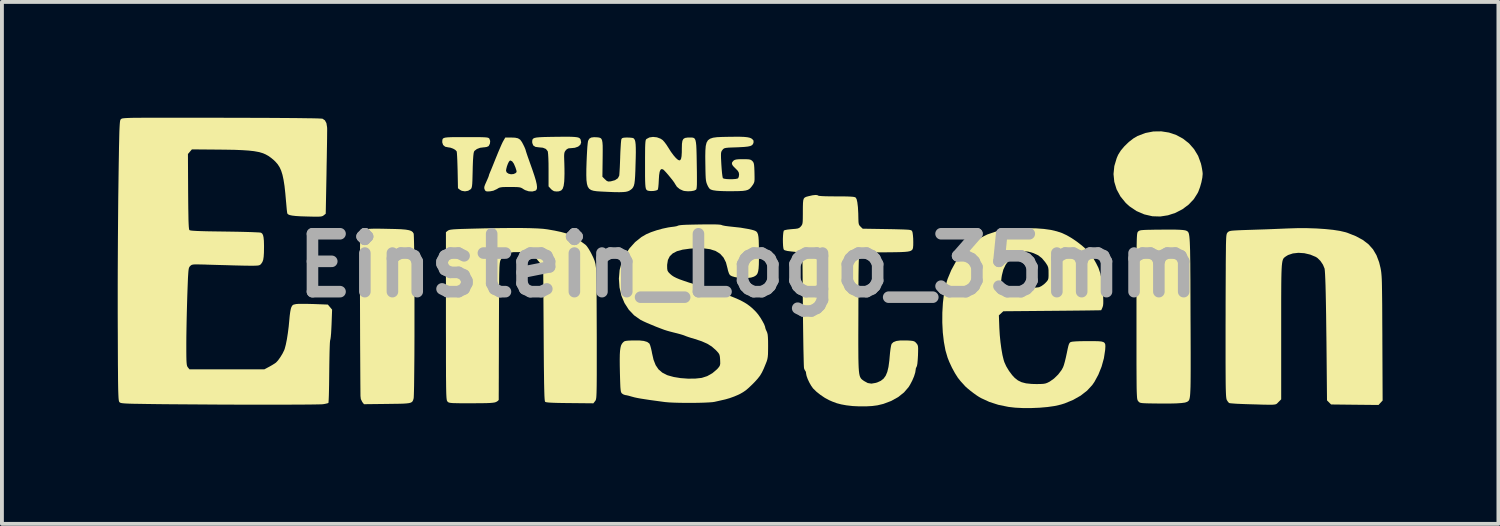
<source format=kicad_pcb>
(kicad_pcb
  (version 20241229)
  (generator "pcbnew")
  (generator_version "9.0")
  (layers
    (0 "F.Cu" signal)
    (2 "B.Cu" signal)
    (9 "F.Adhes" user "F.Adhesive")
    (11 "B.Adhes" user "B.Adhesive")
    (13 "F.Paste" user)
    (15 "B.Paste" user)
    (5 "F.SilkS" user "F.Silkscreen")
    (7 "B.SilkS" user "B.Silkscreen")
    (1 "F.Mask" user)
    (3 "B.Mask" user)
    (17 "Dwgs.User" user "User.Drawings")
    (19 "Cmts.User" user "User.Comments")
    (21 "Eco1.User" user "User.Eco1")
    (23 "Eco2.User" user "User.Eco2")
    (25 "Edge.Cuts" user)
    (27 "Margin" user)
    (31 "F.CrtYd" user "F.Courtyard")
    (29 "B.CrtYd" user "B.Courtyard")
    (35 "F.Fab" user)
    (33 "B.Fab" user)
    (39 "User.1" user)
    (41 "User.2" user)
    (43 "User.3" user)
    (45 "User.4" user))
  (footprint "Einstein_Logo_35mm"
    (layer "F.Cu")
    (at 16.331 3.828)
    (property "Reference" "Einstein_Logo_35mm" (at 0 0 0) (layer "F.Fab") (effects (font (size 1.5 1.5) (thickness 0.3))))
    (attr board_only exclude_from_pos_files exclude_from_bom)
    (fp_poly (pts (xy 10.905 -3.444) (xy 11.094 -3.38) (xy 11.268 -3.286) (xy 11.424 -3.163) (xy 11.555 -3.014) (xy 11.66 -2.84) (xy 11.732 -2.643) (xy 11.746 -2.584) (xy 11.762 -2.5) (xy 11.774 -2.423) (xy 11.778 -2.373) (xy 11.769 -2.275) (xy 11.745 -2.156) (xy 11.71 -2.032) (xy 11.668 -1.919) (xy 11.65 -1.88) (xy 11.548 -1.718) (xy 11.413 -1.576) (xy 11.252 -1.456) (xy 11.072 -1.363) (xy 10.879 -1.3) (xy 10.68 -1.269) (xy 10.481 -1.275) (xy 10.476 -1.275) (xy 10.264 -1.324) (xy 10.064 -1.41) (xy 9.884 -1.531) (xy 9.787 -1.618) (xy 9.648 -1.788) (xy 9.548 -1.972) (xy 9.488 -2.167) (xy 9.468 -2.369) (xy 9.489 -2.576) (xy 9.551 -2.783) (xy 9.588 -2.868) (xy 9.656 -2.977) (xy 9.752 -3.091) (xy 9.865 -3.2) (xy 9.985 -3.293) (xy 10.088 -3.354) (xy 10.293 -3.432) (xy 10.5 -3.472) (xy 10.706 -3.475)) (stroke (width 0) (type solid)) (fill yes) (layer "F.SilkS"))
    (fp_poly (pts (xy -4.574 -3.334) (xy -4.49 -3.329) (xy -4.43 -3.322) (xy -4.389 -3.311) (xy -4.363 -3.296) (xy -4.346 -3.276) (xy -4.339 -3.263) (xy -4.324 -3.189) (xy -4.346 -3.127) (xy -4.403 -3.079) (xy -4.489 -3.049) (xy -4.584 -3.04) (xy -4.651 -3.035) (xy -4.695 -3.013) (xy -4.725 -2.982) (xy -4.744 -2.956) (xy -4.756 -2.928) (xy -4.763 -2.891) (xy -4.766 -2.835) (xy -4.764 -2.754) (xy -4.76 -2.638) (xy -4.76 -2.637) (xy -4.757 -2.511) (xy -4.756 -2.381) (xy -4.759 -2.263) (xy -4.763 -2.174) (xy -4.778 -2.063) (xy -4.803 -1.988) (xy -4.842 -1.943) (xy -4.901 -1.921) (xy -4.962 -1.917) (xy -5.028 -1.925) (xy -5.081 -1.957) (xy -5.108 -1.983) (xy -5.169 -2.049) (xy -5.169 -2.48) (xy -5.17 -2.644) (xy -5.174 -2.778) (xy -5.18 -2.88) (xy -5.187 -2.944) (xy -5.192 -2.962) (xy -5.238 -3.019) (xy -5.316 -3.051) (xy -5.421 -3.061) (xy -5.51 -3.073) (xy -5.566 -3.11) (xy -5.591 -3.174) (xy -5.593 -3.203) (xy -5.591 -3.239) (xy -5.583 -3.268) (xy -5.564 -3.289) (xy -5.529 -3.305) (xy -5.474 -3.316) (xy -5.394 -3.323) (xy -5.284 -3.328) (xy -5.139 -3.331) (xy -5.014 -3.333) (xy -4.831 -3.335) (xy -4.686 -3.336)) (stroke (width 0) (type solid)) (fill yes) (layer "F.SilkS"))
    (fp_poly (pts (xy -7.308 -3.326) (xy -7.137 -3.326) (xy -7.003 -3.325) (xy -6.901 -3.324) (xy -6.828 -3.321) (xy -6.776 -3.317) (xy -6.743 -3.311) (xy -6.722 -3.303) (xy -6.708 -3.292) (xy -6.702 -3.284) (xy -6.681 -3.225) (xy -6.688 -3.157) (xy -6.717 -3.1) (xy -6.73 -3.088) (xy -6.775 -3.07) (xy -6.837 -3.061) (xy -6.847 -3.061) (xy -6.943 -3.049) (xy -7.027 -3.017) (xy -7.087 -2.97) (xy -7.099 -2.952) (xy -7.11 -2.911) (xy -7.119 -2.833) (xy -7.127 -2.717) (xy -7.133 -2.56) (xy -7.135 -2.46) (xy -7.139 -2.311) (xy -7.142 -2.199) (xy -7.146 -2.117) (xy -7.152 -2.06) (xy -7.16 -2.022) (xy -7.17 -1.997) (xy -7.183 -1.979) (xy -7.187 -1.975) (xy -7.253 -1.935) (xy -7.335 -1.921) (xy -7.416 -1.934) (xy -7.46 -1.957) (xy -7.516 -2.001) (xy -7.525 -2.462) (xy -7.529 -2.6) (xy -7.533 -2.724) (xy -7.538 -2.828) (xy -7.543 -2.906) (xy -7.548 -2.95) (xy -7.55 -2.957) (xy -7.583 -2.992) (xy -7.642 -3.027) (xy -7.711 -3.052) (xy -7.771 -3.061) (xy -7.848 -3.077) (xy -7.901 -3.122) (xy -7.923 -3.188) (xy -7.923 -3.195) (xy -7.922 -3.233) (xy -7.918 -3.262) (xy -7.907 -3.285) (xy -7.883 -3.302) (xy -7.842 -3.313) (xy -7.779 -3.32) (xy -7.69 -3.324) (xy -7.571 -3.326) (xy -7.416 -3.326)) (stroke (width 0) (type solid)) (fill yes) (layer "F.SilkS"))
    (fp_poly (pts (xy -9.465 -0.952) (xy -9.289 -0.948) (xy -9.141 -0.945) (xy -8.987 -0.939) (xy -8.87 -0.929) (xy -8.785 -0.914) (xy -8.726 -0.894) (xy -8.688 -0.865) (xy -8.665 -0.828) (xy -8.664 -0.826) (xy -8.661 -0.796) (xy -8.658 -0.727) (xy -8.655 -0.622) (xy -8.652 -0.486) (xy -8.65 -0.322) (xy -8.648 -0.133) (xy -8.646 0.077) (xy -8.645 0.305) (xy -8.644 0.546) (xy -8.643 0.798) (xy -8.643 1.058) (xy -8.643 1.32) (xy -8.643 1.582) (xy -8.643 1.841) (xy -8.644 2.093) (xy -8.645 2.333) (xy -8.647 2.56) (xy -8.649 2.768) (xy -8.651 2.956) (xy -8.653 3.118) (xy -8.656 3.252) (xy -8.659 3.354) (xy -8.662 3.42) (xy -8.665 3.445) (xy -8.676 3.483) (xy -8.689 3.513) (xy -8.708 3.536) (xy -8.738 3.553) (xy -8.784 3.566) (xy -8.851 3.574) (xy -8.942 3.58) (xy -9.063 3.583) (xy -9.219 3.585) (xy -9.353 3.587) (xy -9.951 3.594) (xy -9.996 3.536) (xy -10.033 3.46) (xy -10.042 3.381) (xy -10.045 3.035) (xy -10.047 2.687) (xy -10.049 2.342) (xy -10.051 2.002) (xy -10.052 1.668) (xy -10.053 1.345) (xy -10.054 1.034) (xy -10.055 0.738) (xy -10.055 0.461) (xy -10.055 0.203) (xy -10.055 -0.031) (xy -10.054 -0.239) (xy -10.054 -0.418) (xy -10.052 -0.567) (xy -10.051 -0.682) (xy -10.049 -0.761) (xy -10.047 -0.8) (xy -10.046 -0.804) (xy -10.016 -0.861) (xy -9.97 -0.909) (xy -9.945 -0.924) (xy -9.912 -0.936) (xy -9.866 -0.945) (xy -9.802 -0.95) (xy -9.717 -0.953) (xy -9.606 -0.954)) (stroke (width 0) (type solid)) (fill yes) (layer "F.SilkS"))
    (fp_poly (pts (xy -3.903 -3.32) (xy -3.859 -3.314) (xy -3.826 -3.303) (xy -3.801 -3.282) (xy -3.784 -3.246) (xy -3.773 -3.19) (xy -3.767 -3.11) (xy -3.766 -2.999) (xy -3.767 -2.854) (xy -3.768 -2.759) (xy -3.774 -2.299) (xy -3.708 -2.233) (xy -3.661 -2.191) (xy -3.621 -2.175) (xy -3.566 -2.179) (xy -3.555 -2.18) (xy -3.447 -2.21) (xy -3.374 -2.259) (xy -3.339 -2.325) (xy -3.338 -2.328) (xy -3.334 -2.369) (xy -3.329 -2.445) (xy -3.323 -2.548) (xy -3.318 -2.67) (xy -3.313 -2.803) (xy -3.313 -2.818) (xy -3.308 -2.949) (xy -3.301 -3.068) (xy -3.295 -3.167) (xy -3.288 -3.239) (xy -3.281 -3.276) (xy -3.28 -3.278) (xy -3.26 -3.3) (xy -3.219 -3.311) (xy -3.149 -3.315) (xy -3.129 -3.315) (xy -3.056 -3.312) (xy -2.998 -3.306) (xy -2.972 -3.299) (xy -2.95 -3.279) (xy -2.933 -3.249) (xy -2.921 -3.204) (xy -2.913 -3.138) (xy -2.909 -3.048) (xy -2.908 -2.929) (xy -2.911 -2.776) (xy -2.915 -2.633) (xy -2.92 -2.456) (xy -2.926 -2.316) (xy -2.934 -2.208) (xy -2.944 -2.127) (xy -2.959 -2.067) (xy -2.98 -2.023) (xy -3.006 -1.989) (xy -3.041 -1.961) (xy -3.077 -1.938) (xy -3.114 -1.922) (xy -3.165 -1.909) (xy -3.235 -1.902) (xy -3.329 -1.899) (xy -3.45 -1.9) (xy -3.605 -1.906) (xy -3.796 -1.915) (xy -3.813 -1.916) (xy -3.918 -1.923) (xy -4.002 -1.935) (xy -4.067 -1.955) (xy -4.117 -1.989) (xy -4.152 -2.04) (xy -4.174 -2.112) (xy -4.187 -2.21) (xy -4.191 -2.338) (xy -4.19 -2.501) (xy -4.184 -2.687) (xy -4.178 -2.828) (xy -4.171 -2.96) (xy -4.164 -3.073) (xy -4.155 -3.162) (xy -4.147 -3.218) (xy -4.144 -3.23) (xy -4.115 -3.283) (xy -4.066 -3.314) (xy -3.99 -3.324)) (stroke (width 0) (type solid)) (fill yes) (layer "F.SilkS"))
    (fp_poly (pts (xy -6.037 -3.311) (xy -5.962 -3.295) (xy -5.906 -3.26) (xy -5.861 -3.2) (xy -5.827 -3.137) (xy -5.794 -3.069) (xy -5.771 -3.015) (xy -5.762 -2.986) (xy -5.755 -2.96) (xy -5.736 -2.901) (xy -5.708 -2.818) (xy -5.672 -2.718) (xy -5.655 -2.669) (xy -5.587 -2.478) (xy -5.535 -2.323) (xy -5.498 -2.2) (xy -5.476 -2.105) (xy -5.468 -2.034) (xy -5.472 -1.985) (xy -5.489 -1.953) (xy -5.507 -1.939) (xy -5.588 -1.917) (xy -5.683 -1.922) (xy -5.777 -1.953) (xy -5.815 -1.975) (xy -5.853 -2) (xy -5.887 -2.016) (xy -5.929 -2.026) (xy -5.986 -2.031) (xy -6.069 -2.033) (xy -6.165 -2.034) (xy -6.276 -2.033) (xy -6.355 -2.031) (xy -6.409 -2.024) (xy -6.448 -2.014) (xy -6.481 -1.997) (xy -6.502 -1.982) (xy -6.6 -1.937) (xy -6.686 -1.921) (xy -6.753 -1.918) (xy -6.79 -1.924) (xy -6.812 -1.943) (xy -6.824 -1.967) (xy -6.835 -2.001) (xy -6.833 -2.038) (xy -6.816 -2.09) (xy -6.782 -2.167) (xy -6.75 -2.239) (xy -6.726 -2.296) (xy -6.716 -2.327) (xy -6.715 -2.329) (xy -6.708 -2.358) (xy -6.688 -2.406) (xy -6.686 -2.412) (xy -6.669 -2.453) (xy -6.271 -2.453) (xy -6.252 -2.409) (xy -6.205 -2.378) (xy -6.142 -2.363) (xy -6.076 -2.369) (xy -6.027 -2.391) (xy -6.005 -2.41) (xy -5.997 -2.431) (xy -6.003 -2.466) (xy -6.023 -2.528) (xy -6.027 -2.541) (xy -6.068 -2.637) (xy -6.111 -2.697) (xy -6.154 -2.719) (xy -6.172 -2.716) (xy -6.196 -2.689) (xy -6.223 -2.635) (xy -6.248 -2.567) (xy -6.265 -2.499) (xy -6.271 -2.453) (xy -6.669 -2.453) (xy -6.668 -2.454) (xy -6.638 -2.527) (xy -6.599 -2.623) (xy -6.555 -2.733) (xy -6.525 -2.807) (xy -6.477 -2.925) (xy -6.43 -3.035) (xy -6.389 -3.13) (xy -6.356 -3.2) (xy -6.342 -3.225) (xy -6.29 -3.315) (xy -6.144 -3.315)) (stroke (width 0) (type solid)) (fill yes) (layer "F.SilkS"))
    (fp_poly (pts (xy -2.361 -3.32) (xy -2.267 -3.285) (xy -2.214 -3.25) (xy -2.169 -3.201) (xy -2.115 -3.129) (xy -2.065 -3.051) (xy -2.063 -3.048) (xy -1.998 -2.945) (xy -1.931 -2.854) (xy -1.869 -2.783) (xy -1.816 -2.737) (xy -1.78 -2.722) (xy -1.754 -2.733) (xy -1.735 -2.769) (xy -1.723 -2.833) (xy -1.717 -2.932) (xy -1.716 -3.038) (xy -1.713 -3.152) (xy -1.701 -3.23) (xy -1.676 -3.278) (xy -1.633 -3.304) (xy -1.569 -3.314) (xy -1.527 -3.315) (xy -1.477 -3.315) (xy -1.436 -3.313) (xy -1.404 -3.303) (xy -1.38 -3.282) (xy -1.363 -3.245) (xy -1.351 -3.189) (xy -1.342 -3.109) (xy -1.337 -3) (xy -1.333 -2.859) (xy -1.33 -2.681) (xy -1.329 -2.616) (xy -1.326 -2.432) (xy -1.325 -2.285) (xy -1.325 -2.173) (xy -1.326 -2.089) (xy -1.33 -2.03) (xy -1.335 -1.992) (xy -1.343 -1.971) (xy -1.348 -1.964) (xy -1.396 -1.94) (xy -1.472 -1.926) (xy -1.56 -1.922) (xy -1.647 -1.93) (xy -1.682 -1.938) (xy -1.77 -1.978) (xy -1.844 -2.039) (xy -1.89 -2.11) (xy -1.911 -2.146) (xy -1.952 -2.203) (xy -2.007 -2.272) (xy -2.066 -2.344) (xy -2.124 -2.411) (xy -2.171 -2.461) (xy -2.201 -2.488) (xy -2.202 -2.489) (xy -2.241 -2.498) (xy -2.27 -2.478) (xy -2.291 -2.426) (xy -2.305 -2.337) (xy -2.313 -2.209) (xy -2.313 -2.209) (xy -2.318 -2.114) (xy -2.325 -2.035) (xy -2.334 -1.98) (xy -2.341 -1.962) (xy -2.381 -1.943) (xy -2.445 -1.931) (xy -2.515 -1.928) (xy -2.563 -1.932) (xy -2.593 -1.938) (xy -2.616 -1.947) (xy -2.634 -1.963) (xy -2.648 -1.991) (xy -2.657 -2.035) (xy -2.663 -2.1) (xy -2.667 -2.19) (xy -2.669 -2.309) (xy -2.669 -2.463) (xy -2.669 -2.616) (xy -2.669 -2.797) (xy -2.668 -2.94) (xy -2.667 -3.051) (xy -2.664 -3.133) (xy -2.66 -3.191) (xy -2.655 -3.231) (xy -2.648 -3.256) (xy -2.638 -3.271) (xy -2.632 -3.277) (xy -2.557 -3.317) (xy -2.462 -3.331)) (stroke (width 0) (type solid)) (fill yes) (layer "F.SilkS"))
    (fp_poly (pts (xy 11.072 -0.929) (xy 11.184 -0.925) (xy 11.266 -0.919) (xy 11.322 -0.911) (xy 11.352 -0.902) (xy 11.369 -0.893) (xy 11.384 -0.884) (xy 11.397 -0.872) (xy 11.408 -0.855) (xy 11.418 -0.83) (xy 11.426 -0.795) (xy 11.433 -0.748) (xy 11.439 -0.685) (xy 11.444 -0.605) (xy 11.448 -0.505) (xy 11.452 -0.382) (xy 11.454 -0.234) (xy 11.457 -0.059) (xy 11.458 0.147) (xy 11.46 0.384) (xy 11.461 0.657) (xy 11.462 0.967) (xy 11.463 1.317) (xy 11.463 1.324) (xy 11.465 1.673) (xy 11.466 1.982) (xy 11.467 2.253) (xy 11.467 2.49) (xy 11.467 2.694) (xy 11.466 2.868) (xy 11.465 3.015) (xy 11.463 3.137) (xy 11.459 3.237) (xy 11.455 3.316) (xy 11.45 3.378) (xy 11.443 3.425) (xy 11.435 3.46) (xy 11.426 3.485) (xy 11.415 3.502) (xy 11.402 3.515) (xy 11.388 3.525) (xy 11.371 3.535) (xy 11.37 3.535) (xy 11.319 3.552) (xy 11.227 3.564) (xy 11.093 3.573) (xy 10.918 3.577) (xy 10.703 3.577) (xy 10.514 3.575) (xy 10.382 3.573) (xy 10.285 3.57) (xy 10.218 3.566) (xy 10.174 3.56) (xy 10.145 3.55) (xy 10.126 3.536) (xy 10.109 3.517) (xy 10.106 3.513) (xy 10.099 3.504) (xy 10.093 3.493) (xy 10.087 3.477) (xy 10.082 3.455) (xy 10.078 3.424) (xy 10.075 3.381) (xy 10.072 3.324) (xy 10.069 3.251) (xy 10.067 3.158) (xy 10.066 3.044) (xy 10.065 2.906) (xy 10.064 2.741) (xy 10.063 2.547) (xy 10.063 2.321) (xy 10.063 2.061) (xy 10.063 1.765) (xy 10.063 1.43) (xy 10.063 1.311) (xy 10.063 0.962) (xy 10.063 0.653) (xy 10.063 0.382) (xy 10.063 0.145) (xy 10.064 -0.059) (xy 10.064 -0.233) (xy 10.066 -0.38) (xy 10.067 -0.501) (xy 10.069 -0.6) (xy 10.071 -0.679) (xy 10.074 -0.74) (xy 10.077 -0.787) (xy 10.081 -0.82) (xy 10.086 -0.844) (xy 10.091 -0.859) (xy 10.097 -0.87) (xy 10.103 -0.878) (xy 10.105 -0.879) (xy 10.123 -0.894) (xy 10.148 -0.906) (xy 10.185 -0.914) (xy 10.241 -0.919) (xy 10.323 -0.923) (xy 10.437 -0.925) (xy 10.523 -0.927) (xy 10.744 -0.929) (xy 10.926 -0.93)) (stroke (width 0) (type solid)) (fill yes) (layer "F.SilkS"))
    (fp_poly (pts (xy -0.209 -3.335) (xy -0.103 -3.331) (xy -0.023 -3.323) (xy 0.036 -3.311) (xy 0.078 -3.295) (xy 0.108 -3.275) (xy 0.142 -3.234) (xy 0.141 -3.183) (xy 0.141 -3.182) (xy 0.126 -3.144) (xy 0.101 -3.116) (xy 0.058 -3.095) (xy -0.007 -3.081) (xy -0.1 -3.071) (xy -0.228 -3.064) (xy -0.293 -3.061) (xy -0.417 -3.057) (xy -0.506 -3.053) (xy -0.566 -3.047) (xy -0.606 -3.039) (xy -0.631 -3.027) (xy -0.65 -3.01) (xy -0.664 -2.993) (xy -0.681 -2.97) (xy -0.693 -2.945) (xy -0.7 -2.911) (xy -0.702 -2.861) (xy -0.701 -2.788) (xy -0.696 -2.684) (xy -0.692 -2.612) (xy -0.684 -2.498) (xy -0.675 -2.397) (xy -0.665 -2.319) (xy -0.656 -2.272) (xy -0.652 -2.261) (xy -0.62 -2.248) (xy -0.558 -2.239) (xy -0.48 -2.235) (xy -0.398 -2.236) (xy -0.325 -2.241) (xy -0.273 -2.252) (xy -0.258 -2.26) (xy -0.241 -2.298) (xy -0.233 -2.354) (xy -0.233 -2.357) (xy -0.24 -2.405) (xy -0.265 -2.451) (xy -0.317 -2.505) (xy -0.328 -2.515) (xy -0.391 -2.579) (xy -0.419 -2.63) (xy -0.413 -2.673) (xy -0.379 -2.714) (xy -0.35 -2.733) (xy -0.311 -2.745) (xy -0.251 -2.752) (xy -0.16 -2.754) (xy -0.136 -2.754) (xy -0.041 -2.753) (xy 0.022 -2.749) (xy 0.064 -2.739) (xy 0.093 -2.722) (xy 0.111 -2.706) (xy 0.132 -2.681) (xy 0.146 -2.651) (xy 0.155 -2.608) (xy 0.161 -2.541) (xy 0.165 -2.444) (xy 0.166 -2.409) (xy 0.168 -2.301) (xy 0.168 -2.227) (xy 0.163 -2.175) (xy 0.152 -2.138) (xy 0.134 -2.105) (xy 0.124 -2.089) (xy 0.082 -2.032) (xy 0.043 -1.99) (xy -0.002 -1.961) (xy -0.06 -1.943) (xy -0.138 -1.932) (xy -0.244 -1.927) (xy -0.378 -1.925) (xy -0.503 -1.924) (xy -0.623 -1.926) (xy -0.727 -1.93) (xy -0.804 -1.935) (xy -0.826 -1.937) (xy -0.912 -1.95) (xy -0.968 -1.968) (xy -1.005 -1.997) (xy -1.036 -2.046) (xy -1.054 -2.084) (xy -1.07 -2.122) (xy -1.082 -2.16) (xy -1.091 -2.206) (xy -1.097 -2.265) (xy -1.101 -2.346) (xy -1.104 -2.454) (xy -1.106 -2.596) (xy -1.107 -2.64) (xy -1.109 -2.828) (xy -1.106 -2.978) (xy -1.097 -3.094) (xy -1.076 -3.181) (xy -1.04 -3.243) (xy -0.985 -3.284) (xy -0.908 -3.31) (xy -0.804 -3.324) (xy -0.671 -3.33) (xy -0.521 -3.333) (xy -0.346 -3.335)) (stroke (width 0) (type solid)) (fill yes) (layer "F.SilkS"))
    (fp_poly (pts (xy 14.481 -0.967) (xy 14.724 -0.959) (xy 14.952 -0.944) (xy 15.158 -0.923) (xy 15.337 -0.895) (xy 15.481 -0.861) (xy 15.528 -0.846) (xy 15.747 -0.759) (xy 15.928 -0.661) (xy 16.074 -0.549) (xy 16.191 -0.418) (xy 16.281 -0.265) (xy 16.349 -0.085) (xy 16.383 0.053) (xy 16.391 0.092) (xy 16.398 0.132) (xy 16.404 0.175) (xy 16.409 0.226) (xy 16.414 0.286) (xy 16.418 0.359) (xy 16.421 0.449) (xy 16.423 0.558) (xy 16.425 0.69) (xy 16.427 0.848) (xy 16.429 1.034) (xy 16.43 1.253) (xy 16.431 1.507) (xy 16.433 1.799) (xy 16.433 1.877) (xy 16.44 3.499) (xy 16.386 3.557) (xy 16.333 3.614) (xy 15.719 3.608) (xy 15.105 3.601) (xy 15.052 3.548) (xy 14.999 3.495) (xy 14.989 2.404) (xy 14.985 1.988) (xy 14.98 1.614) (xy 14.976 1.282) (xy 14.971 0.991) (xy 14.966 0.74) (xy 14.961 0.53) (xy 14.955 0.36) (xy 14.949 0.23) (xy 14.943 0.139) (xy 14.937 0.086) (xy 14.936 0.08) (xy 14.894 -0.021) (xy 14.83 -0.116) (xy 14.753 -0.193) (xy 14.711 -0.221) (xy 14.565 -0.282) (xy 14.411 -0.318) (xy 14.258 -0.328) (xy 14.115 -0.312) (xy 13.991 -0.271) (xy 13.935 -0.237) (xy 13.913 -0.221) (xy 13.895 -0.207) (xy 13.878 -0.191) (xy 13.865 -0.17) (xy 13.853 -0.142) (xy 13.843 -0.104) (xy 13.835 -0.053) (xy 13.828 0.013) (xy 13.823 0.097) (xy 13.819 0.202) (xy 13.816 0.331) (xy 13.814 0.487) (xy 13.813 0.671) (xy 13.812 0.887) (xy 13.812 1.138) (xy 13.812 1.426) (xy 13.812 1.705) (xy 13.812 3.468) (xy 13.74 3.54) (xy 13.722 3.559) (xy 13.706 3.575) (xy 13.689 3.588) (xy 13.667 3.597) (xy 13.635 3.603) (xy 13.588 3.607) (xy 13.523 3.608) (xy 13.435 3.607) (xy 13.319 3.605) (xy 13.172 3.6) (xy 12.988 3.595) (xy 12.891 3.592) (xy 12.763 3.587) (xy 12.649 3.582) (xy 12.556 3.575) (xy 12.492 3.569) (xy 12.462 3.563) (xy 12.462 3.563) (xy 12.434 3.533) (xy 12.403 3.485) (xy 12.403 3.484) (xy 12.396 3.466) (xy 12.391 3.44) (xy 12.386 3.4) (xy 12.382 3.346) (xy 12.379 3.272) (xy 12.376 3.177) (xy 12.374 3.057) (xy 12.373 2.908) (xy 12.372 2.729) (xy 12.371 2.516) (xy 12.371 2.265) (xy 12.371 2.082) (xy 12.371 1.818) (xy 12.371 1.543) (xy 12.372 1.265) (xy 12.372 0.991) (xy 12.373 0.726) (xy 12.374 0.479) (xy 12.375 0.256) (xy 12.376 0.065) (xy 12.376 -0.036) (xy 12.378 -0.239) (xy 12.38 -0.402) (xy 12.381 -0.533) (xy 12.384 -0.633) (xy 12.387 -0.708) (xy 12.391 -0.763) (xy 12.397 -0.8) (xy 12.404 -0.826) (xy 12.413 -0.843) (xy 12.424 -0.856) (xy 12.428 -0.86) (xy 12.444 -0.874) (xy 12.463 -0.885) (xy 12.491 -0.894) (xy 12.534 -0.901) (xy 12.595 -0.906) (xy 12.681 -0.911) (xy 12.796 -0.916) (xy 12.946 -0.921) (xy 13.043 -0.924) (xy 13.219 -0.93) (xy 13.404 -0.936) (xy 13.588 -0.943) (xy 13.757 -0.95) (xy 13.903 -0.956) (xy 13.971 -0.959) (xy 14.228 -0.967)) (stroke (width 0) (type solid)) (fill yes) (layer "F.SilkS"))
    (fp_poly (pts (xy -5.883 -0.971) (xy -5.652 -0.967) (xy -5.461 -0.96) (xy -5.311 -0.95) (xy -5.205 -0.937) (xy -5.01 -0.903) (xy -4.85 -0.869) (xy -4.718 -0.833) (xy -4.607 -0.793) (xy -4.51 -0.746) (xy -4.419 -0.69) (xy -4.371 -0.654) (xy -4.304 -0.604) (xy -4.242 -0.559) (xy -4.208 -0.533) (xy -4.176 -0.498) (xy -4.133 -0.435) (xy -4.085 -0.354) (xy -4.055 -0.297) (xy -4.006 -0.196) (xy -3.974 -0.115) (xy -3.954 -0.039) (xy -3.942 0.048) (xy -3.939 0.077) (xy -3.936 0.127) (xy -3.933 0.215) (xy -3.931 0.339) (xy -3.928 0.493) (xy -3.926 0.675) (xy -3.924 0.88) (xy -3.923 1.105) (xy -3.922 1.346) (xy -3.921 1.6) (xy -3.92 1.856) (xy -3.92 2.154) (xy -3.92 2.413) (xy -3.92 2.636) (xy -3.92 2.825) (xy -3.921 2.983) (xy -3.922 3.113) (xy -3.924 3.218) (xy -3.926 3.301) (xy -3.929 3.366) (xy -3.932 3.414) (xy -3.937 3.449) (xy -3.942 3.473) (xy -3.948 3.491) (xy -3.955 3.503) (xy -3.964 3.514) (xy -3.964 3.515) (xy -4.008 3.571) (xy -4.619 3.565) (xy -4.808 3.563) (xy -4.959 3.56) (xy -5.074 3.556) (xy -5.158 3.551) (xy -5.215 3.545) (xy -5.247 3.537) (xy -5.258 3.531) (xy -5.263 3.519) (xy -5.268 3.49) (xy -5.272 3.442) (xy -5.276 3.373) (xy -5.279 3.281) (xy -5.282 3.163) (xy -5.285 3.018) (xy -5.287 2.841) (xy -5.29 2.632) (xy -5.292 2.388) (xy -5.294 2.106) (xy -5.296 1.784) (xy -5.296 1.78) (xy -5.307 0.057) (xy -5.392 -0.067) (xy -5.491 -0.184) (xy -5.606 -0.269) (xy -5.742 -0.322) (xy -5.903 -0.347) (xy -6.082 -0.345) (xy -6.209 -0.323) (xy -6.306 -0.275) (xy -6.379 -0.199) (xy -6.411 -0.144) (xy -6.418 -0.128) (xy -6.424 -0.109) (xy -6.429 -0.084) (xy -6.434 -0.051) (xy -6.438 -0.006) (xy -6.442 0.053) (xy -6.444 0.129) (xy -6.447 0.225) (xy -6.449 0.344) (xy -6.45 0.488) (xy -6.451 0.661) (xy -6.452 0.865) (xy -6.453 1.102) (xy -6.454 1.376) (xy -6.455 1.69) (xy -6.455 1.695) (xy -6.456 1.964) (xy -6.456 2.222) (xy -6.457 2.465) (xy -6.458 2.689) (xy -6.458 2.892) (xy -6.459 3.07) (xy -6.459 3.22) (xy -6.46 3.339) (xy -6.46 3.424) (xy -6.46 3.471) (xy -6.46 3.481) (xy -6.479 3.506) (xy -6.523 3.534) (xy -6.535 3.539) (xy -6.567 3.549) (xy -6.614 3.556) (xy -6.682 3.562) (xy -6.774 3.566) (xy -6.896 3.568) (xy -7.052 3.569) (xy -7.178 3.57) (xy -7.348 3.569) (xy -7.481 3.569) (xy -7.581 3.567) (xy -7.655 3.565) (xy -7.706 3.56) (xy -7.74 3.554) (xy -7.763 3.546) (xy -7.778 3.534) (xy -7.787 3.525) (xy -7.794 3.517) (xy -7.8 3.505) (xy -7.805 3.489) (xy -7.809 3.464) (xy -7.813 3.429) (xy -7.816 3.381) (xy -7.819 3.318) (xy -7.821 3.238) (xy -7.823 3.137) (xy -7.824 3.013) (xy -7.826 2.864) (xy -7.826 2.688) (xy -7.827 2.481) (xy -7.827 2.242) (xy -7.827 1.968) (xy -7.828 1.657) (xy -7.828 1.309) (xy -7.828 -0.862) (xy -7.781 -0.9) (xy -7.761 -0.912) (xy -7.733 -0.922) (xy -7.692 -0.929) (xy -7.631 -0.936) (xy -7.545 -0.941) (xy -7.43 -0.946) (xy -7.28 -0.95) (xy -7.219 -0.952) (xy -6.823 -0.962) (xy -6.468 -0.968) (xy -6.155 -0.971)) (stroke (width 0) (type solid)) (fill yes) (layer "F.SilkS"))
    (fp_poly (pts (xy 7.461 -0.962) (xy 7.664 -0.947) (xy 7.841 -0.922) (xy 7.999 -0.885) (xy 8.134 -0.84) (xy 8.256 -0.783) (xy 8.388 -0.706) (xy 8.522 -0.615) (xy 8.651 -0.515) (xy 8.765 -0.414) (xy 8.858 -0.316) (xy 8.922 -0.229) (xy 8.929 -0.216) (xy 8.963 -0.154) (xy 9.004 -0.082) (xy 9.015 -0.064) (xy 9.078 0.062) (xy 9.127 0.208) (xy 9.163 0.383) (xy 9.186 0.591) (xy 9.193 0.683) (xy 9.2 0.817) (xy 9.203 0.916) (xy 9.202 0.987) (xy 9.197 1.038) (xy 9.186 1.076) (xy 9.183 1.084) (xy 9.162 1.132) (xy 9.149 1.158) (xy 9.147 1.159) (xy 9.126 1.16) (xy 9.065 1.162) (xy 8.97 1.163) (xy 8.843 1.165) (xy 8.689 1.167) (xy 8.511 1.169) (xy 8.312 1.171) (xy 8.098 1.173) (xy 7.877 1.175) (xy 6.613 1.186) (xy 6.556 1.239) (xy 6.498 1.292) (xy 6.51 1.621) (xy 6.521 1.802) (xy 6.539 1.986) (xy 6.563 2.162) (xy 6.591 2.321) (xy 6.623 2.452) (xy 6.64 2.505) (xy 6.689 2.613) (xy 6.76 2.731) (xy 6.843 2.842) (xy 6.907 2.911) (xy 6.99 2.977) (xy 7.086 3.024) (xy 7.202 3.054) (xy 7.347 3.069) (xy 7.467 3.072) (xy 7.572 3.071) (xy 7.646 3.067) (xy 7.701 3.058) (xy 7.748 3.042) (xy 7.798 3.017) (xy 7.814 3.009) (xy 7.927 2.929) (xy 8.034 2.825) (xy 8.122 2.709) (xy 8.16 2.639) (xy 8.182 2.58) (xy 8.207 2.492) (xy 8.233 2.385) (xy 8.257 2.274) (xy 8.28 2.162) (xy 8.298 2.085) (xy 8.314 2.035) (xy 8.331 2.005) (xy 8.351 1.988) (xy 8.361 1.983) (xy 8.402 1.974) (xy 8.481 1.967) (xy 8.593 1.962) (xy 8.731 1.96) (xy 8.802 1.96) (xy 8.954 1.96) (xy 9.068 1.962) (xy 9.151 1.969) (xy 9.206 1.984) (xy 9.238 2.008) (xy 9.254 2.045) (xy 9.257 2.097) (xy 9.253 2.167) (xy 9.251 2.192) (xy 9.219 2.403) (xy 9.159 2.62) (xy 9.075 2.829) (xy 8.973 3.017) (xy 8.916 3.099) (xy 8.784 3.242) (xy 8.617 3.372) (xy 8.421 3.483) (xy 8.203 3.573) (xy 8.103 3.604) (xy 7.947 3.64) (xy 7.759 3.667) (xy 7.552 3.685) (xy 7.336 3.694) (xy 7.122 3.694) (xy 6.921 3.684) (xy 6.747 3.664) (xy 6.484 3.61) (xy 6.251 3.535) (xy 6.039 3.437) (xy 5.984 3.406) (xy 5.921 3.365) (xy 5.843 3.309) (xy 5.762 3.247) (xy 5.69 3.188) (xy 5.636 3.14) (xy 5.621 3.125) (xy 5.592 3.092) (xy 5.546 3.042) (xy 5.507 2.999) (xy 5.436 2.91) (xy 5.36 2.79) (xy 5.284 2.651) (xy 5.215 2.503) (xy 5.17 2.39) (xy 5.114 2.199) (xy 5.073 1.978) (xy 5.045 1.736) (xy 5.032 1.481) (xy 5.033 1.222) (xy 5.048 0.968) (xy 5.077 0.728) (xy 5.12 0.512) (xy 5.145 0.43) (xy 6.557 0.43) (xy 6.567 0.474) (xy 6.591 0.507) (xy 6.635 0.531) (xy 6.7 0.549) (xy 6.793 0.561) (xy 6.916 0.569) (xy 7.073 0.574) (xy 7.269 0.578) (xy 7.277 0.579) (xy 7.373 0.578) (xy 7.461 0.573) (xy 7.528 0.565) (xy 7.542 0.562) (xy 7.6 0.534) (xy 7.666 0.487) (xy 7.701 0.455) (xy 7.743 0.41) (xy 7.768 0.374) (xy 7.781 0.332) (xy 7.785 0.273) (xy 7.785 0.203) (xy 7.784 0.118) (xy 7.777 0.058) (xy 7.76 0.009) (xy 7.727 -0.045) (xy 7.698 -0.087) (xy 7.614 -0.188) (xy 7.518 -0.263) (xy 7.399 -0.318) (xy 7.33 -0.341) (xy 7.25 -0.36) (xy 7.183 -0.364) (xy 7.106 -0.351) (xy 7.097 -0.349) (xy 6.986 -0.317) (xy 6.896 -0.269) (xy 6.812 -0.196) (xy 6.761 -0.139) (xy 6.673 -0.019) (xy 6.614 0.105) (xy 6.577 0.249) (xy 6.567 0.308) (xy 6.559 0.376) (xy 6.557 0.43) (xy 5.145 0.43) (xy 5.17 0.347) (xy 5.265 0.119) (xy 5.373 -0.079) (xy 5.501 -0.258) (xy 5.655 -0.43) (xy 5.658 -0.432) (xy 5.723 -0.496) (xy 5.779 -0.55) (xy 5.818 -0.585) (xy 5.828 -0.593) (xy 6.01 -0.711) (xy 6.2 -0.804) (xy 6.404 -0.874) (xy 6.628 -0.924) (xy 6.877 -0.954) (xy 7.158 -0.966) (xy 7.224 -0.966)) (stroke (width 0) (type solid)) (fill yes) (layer "F.SilkS"))
    (fp_poly (pts (xy 1.798 -1.822) (xy 1.81 -1.813) (xy 1.836 -1.804) (xy 1.902 -1.798) (xy 2.009 -1.793) (xy 2.156 -1.791) (xy 2.285 -1.79) (xy 2.445 -1.79) (xy 2.568 -1.788) (xy 2.659 -1.784) (xy 2.722 -1.779) (xy 2.763 -1.771) (xy 2.786 -1.761) (xy 2.787 -1.76) (xy 2.812 -1.719) (xy 2.831 -1.636) (xy 2.846 -1.512) (xy 2.855 -1.348) (xy 2.858 -1.206) (xy 2.861 -1.124) (xy 2.869 -1.071) (xy 2.887 -1.035) (xy 2.915 -1.005) (xy 2.969 -0.953) (xy 3.594 -0.943) (xy 3.774 -0.94) (xy 3.916 -0.936) (xy 4.025 -0.933) (xy 4.106 -0.929) (xy 4.163 -0.925) (xy 4.201 -0.919) (xy 4.226 -0.911) (xy 4.241 -0.901) (xy 4.249 -0.891) (xy 4.262 -0.853) (xy 4.271 -0.785) (xy 4.278 -0.699) (xy 4.28 -0.607) (xy 4.279 -0.522) (xy 4.273 -0.456) (xy 4.263 -0.422) (xy 4.245 -0.4) (xy 4.22 -0.382) (xy 4.184 -0.369) (xy 4.132 -0.359) (xy 4.059 -0.352) (xy 3.96 -0.347) (xy 3.831 -0.344) (xy 3.668 -0.342) (xy 3.545 -0.341) (xy 3.37 -0.341) (xy 3.232 -0.339) (xy 3.126 -0.337) (xy 3.048 -0.335) (xy 2.993 -0.33) (xy 2.955 -0.324) (xy 2.931 -0.316) (xy 2.914 -0.306) (xy 2.904 -0.297) (xy 2.895 -0.288) (xy 2.888 -0.276) (xy 2.882 -0.258) (xy 2.877 -0.232) (xy 2.873 -0.194) (xy 2.87 -0.142) (xy 2.867 -0.072) (xy 2.865 0.019) (xy 2.863 0.133) (xy 2.861 0.274) (xy 2.86 0.444) (xy 2.859 0.647) (xy 2.859 0.885) (xy 2.858 1.161) (xy 2.858 1.26) (xy 2.857 1.561) (xy 2.856 1.822) (xy 2.856 2.046) (xy 2.857 2.237) (xy 2.858 2.398) (xy 2.861 2.531) (xy 2.865 2.639) (xy 2.871 2.726) (xy 2.879 2.794) (xy 2.889 2.846) (xy 2.902 2.886) (xy 2.918 2.916) (xy 2.936 2.94) (xy 2.958 2.959) (xy 2.983 2.978) (xy 3.01 2.996) (xy 3.101 3.046) (xy 3.196 3.061) (xy 3.306 3.042) (xy 3.349 3.029) (xy 3.439 2.988) (xy 3.51 2.932) (xy 3.565 2.857) (xy 3.607 2.757) (xy 3.638 2.627) (xy 3.66 2.463) (xy 3.667 2.381) (xy 3.678 2.26) (xy 3.691 2.156) (xy 3.705 2.078) (xy 3.718 2.034) (xy 3.72 2.03) (xy 3.766 1.986) (xy 3.842 1.956) (xy 3.95 1.942) (xy 4.095 1.942) (xy 4.104 1.942) (xy 4.199 1.947) (xy 4.262 1.954) (xy 4.302 1.965) (xy 4.331 1.983) (xy 4.358 2.012) (xy 4.359 2.013) (xy 4.381 2.04) (xy 4.395 2.067) (xy 4.403 2.103) (xy 4.406 2.155) (xy 4.405 2.233) (xy 4.402 2.336) (xy 4.395 2.45) (xy 4.387 2.54) (xy 4.376 2.6) (xy 4.367 2.622) (xy 4.348 2.661) (xy 4.343 2.695) (xy 4.331 2.773) (xy 4.3 2.873) (xy 4.253 2.983) (xy 4.196 3.091) (xy 4.158 3.152) (xy 4.04 3.289) (xy 3.888 3.41) (xy 3.708 3.51) (xy 3.506 3.586) (xy 3.352 3.623) (xy 3.217 3.641) (xy 3.056 3.65) (xy 2.882 3.65) (xy 2.71 3.642) (xy 2.555 3.624) (xy 2.552 3.624) (xy 2.414 3.599) (xy 2.299 3.569) (xy 2.186 3.527) (xy 2.097 3.488) (xy 1.99 3.43) (xy 1.877 3.354) (xy 1.772 3.271) (xy 1.691 3.192) (xy 1.683 3.184) (xy 1.635 3.116) (xy 1.587 3.032) (xy 1.545 2.943) (xy 1.516 2.862) (xy 1.504 2.804) (xy 1.504 2.803) (xy 1.498 2.757) (xy 1.485 2.734) (xy 1.467 2.707) (xy 1.45 2.664) (xy 1.447 2.633) (xy 1.444 2.564) (xy 1.441 2.459) (xy 1.438 2.323) (xy 1.434 2.16) (xy 1.431 1.972) (xy 1.428 1.764) (xy 1.425 1.539) (xy 1.422 1.3) (xy 1.421 1.181) (xy 1.409 -0.243) (xy 1.356 -0.295) (xy 1.322 -0.323) (xy 1.279 -0.341) (xy 1.217 -0.353) (xy 1.128 -0.362) (xy 1.019 -0.376) (xy 0.95 -0.394) (xy 0.927 -0.409) (xy 0.915 -0.444) (xy 0.907 -0.51) (xy 0.903 -0.595) (xy 0.902 -0.687) (xy 0.906 -0.776) (xy 0.913 -0.849) (xy 0.923 -0.896) (xy 0.929 -0.906) (xy 0.96 -0.918) (xy 1.022 -0.93) (xy 1.103 -0.939) (xy 1.135 -0.942) (xy 1.226 -0.949) (xy 1.285 -0.958) (xy 1.324 -0.973) (xy 1.353 -0.996) (xy 1.368 -1.013) (xy 1.388 -1.038) (xy 1.402 -1.064) (xy 1.411 -1.098) (xy 1.416 -1.15) (xy 1.418 -1.225) (xy 1.419 -1.331) (xy 1.419 -1.397) (xy 1.42 -1.528) (xy 1.423 -1.623) (xy 1.43 -1.689) (xy 1.444 -1.733) (xy 1.468 -1.76) (xy 1.504 -1.778) (xy 1.554 -1.792) (xy 1.562 -1.794) (xy 1.667 -1.818) (xy 1.747 -1.827)) (stroke (width 0) (type solid)) (fill yes) (layer "F.SilkS"))
    (fp_poly (pts (xy -0.882 -1.065) (xy -0.775 -1.061) (xy -0.71 -1.055) (xy -0.689 -1.049) (xy -0.657 -1.038) (xy -0.594 -1.025) (xy -0.508 -1.014) (xy -0.437 -1.006) (xy -0.197 -0.98) (xy 0.008 -0.945) (xy 0.138 -0.914) (xy 0.181 -0.899) (xy 0.214 -0.88) (xy 0.239 -0.85) (xy 0.257 -0.805) (xy 0.269 -0.739) (xy 0.276 -0.647) (xy 0.279 -0.525) (xy 0.281 -0.367) (xy 0.281 -0.321) (xy 0.281 -0.153) (xy 0.279 -0.023) (xy 0.273 0.076) (xy 0.262 0.149) (xy 0.246 0.202) (xy 0.223 0.239) (xy 0.191 0.267) (xy 0.15 0.29) (xy 0.148 0.291) (xy 0.078 0.313) (xy -0.017 0.324) (xy -0.126 0.325) (xy -0.236 0.317) (xy -0.338 0.302) (xy -0.42 0.278) (xy -0.47 0.249) (xy -0.495 0.206) (xy -0.519 0.136) (xy -0.533 0.073) (xy -0.573 -0.08) (xy -0.636 -0.205) (xy -0.724 -0.303) (xy -0.84 -0.375) (xy -0.986 -0.422) (xy -1.162 -0.445) (xy -1.373 -0.445) (xy -1.513 -0.435) (xy -1.696 -0.41) (xy -1.842 -0.37) (xy -1.952 -0.313) (xy -2.029 -0.238) (xy -2.077 -0.142) (xy -2.096 -0.024) (xy -2.097 0.013) (xy -2.095 0.087) (xy -2.086 0.136) (xy -2.062 0.175) (xy -2.017 0.221) (xy -2.014 0.223) (xy -1.973 0.258) (xy -1.924 0.29) (xy -1.861 0.322) (xy -1.779 0.357) (xy -1.672 0.395) (xy -1.536 0.441) (xy -1.364 0.495) (xy -1.356 0.497) (xy -1.089 0.581) (xy -0.859 0.654) (xy -0.662 0.72) (xy -0.495 0.779) (xy -0.354 0.834) (xy -0.234 0.886) (xy -0.133 0.937) (xy -0.046 0.988) (xy 0.03 1.042) (xy 0.1 1.099) (xy 0.167 1.163) (xy 0.207 1.204) (xy 0.263 1.271) (xy 0.32 1.353) (xy 0.372 1.44) (xy 0.415 1.52) (xy 0.44 1.585) (xy 0.445 1.612) (xy 0.454 1.645) (xy 0.476 1.696) (xy 0.482 1.707) (xy 0.497 1.745) (xy 0.508 1.792) (xy 0.514 1.858) (xy 0.518 1.95) (xy 0.519 2.076) (xy 0.519 2.087) (xy 0.518 2.21) (xy 0.516 2.301) (xy 0.51 2.37) (xy 0.5 2.426) (xy 0.484 2.481) (xy 0.46 2.542) (xy 0.407 2.671) (xy 0.359 2.772) (xy 0.309 2.856) (xy 0.248 2.934) (xy 0.17 3.02) (xy 0.118 3.073) (xy 0.024 3.163) (xy -0.053 3.23) (xy -0.127 3.281) (xy -0.207 3.327) (xy -0.254 3.35) (xy -0.36 3.395) (xy -0.477 3.437) (xy -0.584 3.468) (xy -0.604 3.473) (xy -0.697 3.494) (xy -0.785 3.514) (xy -0.852 3.529) (xy -0.858 3.531) (xy -0.922 3.541) (xy -1.02 3.548) (xy -1.146 3.554) (xy -1.291 3.558) (xy -1.448 3.56) (xy -1.609 3.56) (xy -1.767 3.558) (xy -1.914 3.554) (xy -2.042 3.548) (xy -2.145 3.539) (xy -2.171 3.536) (xy -2.377 3.508) (xy -2.546 3.485) (xy -2.682 3.464) (xy -2.791 3.447) (xy -2.877 3.431) (xy -2.946 3.416) (xy -3.001 3.401) (xy -3.016 3.397) (xy -3.089 3.376) (xy -3.149 3.362) (xy -3.178 3.358) (xy -3.222 3.345) (xy -3.261 3.321) (xy -3.276 3.307) (xy -3.287 3.289) (xy -3.296 3.261) (xy -3.302 3.218) (xy -3.308 3.154) (xy -3.312 3.064) (xy -3.316 2.942) (xy -3.32 2.796) (xy -3.324 2.598) (xy -3.325 2.437) (xy -3.323 2.309) (xy -3.317 2.21) (xy -3.306 2.134) (xy -3.292 2.076) (xy -3.271 2.033) (xy -3.252 2.007) (xy -3.227 1.981) (xy -3.201 1.963) (xy -3.162 1.953) (xy -3.103 1.947) (xy -3.013 1.943) (xy -2.982 1.942) (xy -2.822 1.942) (xy -2.701 1.955) (xy -2.614 1.981) (xy -2.56 2.02) (xy -2.553 2.03) (xy -2.535 2.073) (xy -2.515 2.144) (xy -2.495 2.232) (xy -2.489 2.268) (xy -2.449 2.443) (xy -2.394 2.583) (xy -2.32 2.692) (xy -2.224 2.775) (xy -2.102 2.838) (xy -2.078 2.847) (xy -1.926 2.889) (xy -1.748 2.918) (xy -1.559 2.932) (xy -1.373 2.931) (xy -1.206 2.913) (xy -1.197 2.911) (xy -1.059 2.867) (xy -0.925 2.791) (xy -0.807 2.691) (xy -0.787 2.67) (xy -0.749 2.624) (xy -0.729 2.586) (xy -0.721 2.54) (xy -0.723 2.471) (xy -0.724 2.444) (xy -0.73 2.366) (xy -0.741 2.314) (xy -0.765 2.27) (xy -0.809 2.22) (xy -0.837 2.191) (xy -0.939 2.101) (xy -1.058 2.027) (xy -1.203 1.963) (xy -1.379 1.905) (xy -1.471 1.878) (xy -1.554 1.851) (xy -1.613 1.83) (xy -1.631 1.822) (xy -1.679 1.804) (xy -1.751 1.782) (xy -1.832 1.76) (xy -1.929 1.736) (xy -2.029 1.71) (xy -2.097 1.691) (xy -2.172 1.667) (xy -2.273 1.629) (xy -2.39 1.584) (xy -2.51 1.534) (xy -2.624 1.486) (xy -2.72 1.442) (xy -2.787 1.408) (xy -2.787 1.408) (xy -2.952 1.292) (xy -3.091 1.145) (xy -3.202 0.972) (xy -3.283 0.778) (xy -3.331 0.567) (xy -3.347 0.342) (xy -3.328 0.119) (xy -3.277 -0.076) (xy -3.19 -0.267) (xy -3.071 -0.445) (xy -2.927 -0.605) (xy -2.762 -0.737) (xy -2.637 -0.81) (xy -2.516 -0.862) (xy -2.369 -0.912) (xy -2.213 -0.955) (xy -2.066 -0.986) (xy -1.991 -0.997) (xy -1.917 -1.006) (xy -1.86 -1.016) (xy -1.833 -1.024) (xy -1.813 -1.033) (xy -1.784 -1.04) (xy -1.741 -1.046) (xy -1.68 -1.051) (xy -1.595 -1.055) (xy -1.48 -1.058) (xy -1.332 -1.061) (xy -1.221 -1.063) (xy -1.031 -1.065)) (stroke (width 0) (type solid)) (fill yes) (layer "F.SilkS"))
    (fp_poly (pts (xy -14.09 -3.828) (xy -13.638 -3.827) (xy -13.219 -3.826) (xy -12.834 -3.825) (xy -12.483 -3.824) (xy -12.168 -3.822) (xy -11.89 -3.82) (xy -11.649 -3.818) (xy -11.445 -3.815) (xy -11.281 -3.813) (xy -11.156 -3.81) (xy -11.072 -3.806) (xy -11.029 -3.803) (xy -11.025 -3.802) (xy -10.963 -3.76) (xy -10.924 -3.687) (xy -10.907 -3.581) (xy -10.905 -3.545) (xy -10.905 -3.497) (xy -10.906 -3.411) (xy -10.907 -3.293) (xy -10.909 -3.146) (xy -10.912 -2.977) (xy -10.915 -2.789) (xy -10.919 -2.587) (xy -10.922 -2.377) (xy -10.922 -2.376) (xy -10.942 -1.341) (xy -10.993 -1.3) (xy -11.014 -1.285) (xy -11.039 -1.275) (xy -11.075 -1.268) (xy -11.128 -1.265) (xy -11.205 -1.264) (xy -11.312 -1.266) (xy -11.428 -1.269) (xy -11.592 -1.274) (xy -11.719 -1.282) (xy -11.813 -1.293) (xy -11.877 -1.307) (xy -11.917 -1.325) (xy -11.937 -1.347) (xy -11.938 -1.35) (xy -11.943 -1.381) (xy -11.951 -1.444) (xy -11.959 -1.532) (xy -11.968 -1.635) (xy -11.969 -1.642) (xy -11.989 -1.87) (xy -12.01 -2.061) (xy -12.035 -2.22) (xy -12.063 -2.35) (xy -12.097 -2.458) (xy -12.138 -2.547) (xy -12.188 -2.624) (xy -12.247 -2.691) (xy -12.284 -2.727) (xy -12.356 -2.787) (xy -12.427 -2.838) (xy -12.503 -2.88) (xy -12.588 -2.914) (xy -12.686 -2.941) (xy -12.802 -2.962) (xy -12.939 -2.977) (xy -13.103 -2.988) (xy -13.298 -2.996) (xy -13.527 -3) (xy -13.703 -3.002) (xy -14.409 -3.008) (xy -14.461 -2.948) (xy -14.512 -2.888) (xy -14.507 -1.916) (xy -14.505 -1.677) (xy -14.503 -1.477) (xy -14.5 -1.313) (xy -14.498 -1.183) (xy -14.494 -1.082) (xy -14.49 -1.008) (xy -14.485 -0.958) (xy -14.479 -0.928) (xy -14.473 -0.917) (xy -14.457 -0.91) (xy -14.421 -0.904) (xy -14.363 -0.899) (xy -14.279 -0.894) (xy -14.167 -0.89) (xy -14.022 -0.886) (xy -13.843 -0.883) (xy -13.625 -0.88) (xy -13.552 -0.879) (xy -13.36 -0.876) (xy -13.18 -0.873) (xy -13.018 -0.869) (xy -12.877 -0.865) (xy -12.762 -0.86) (xy -12.678 -0.856) (xy -12.629 -0.851) (xy -12.619 -0.849) (xy -12.589 -0.827) (xy -12.567 -0.788) (xy -12.553 -0.728) (xy -12.544 -0.639) (xy -12.541 -0.516) (xy -12.541 -0.47) (xy -12.543 -0.33) (xy -12.55 -0.225) (xy -12.562 -0.147) (xy -12.583 -0.09) (xy -12.612 -0.047) (xy -12.625 -0.032) (xy -12.636 -0.022) (xy -12.647 -0.014) (xy -12.663 -0.007) (xy -12.686 -0.001) (xy -12.72 0.003) (xy -12.768 0.005) (xy -12.833 0.007) (xy -12.917 0.006) (xy -13.026 0.005) (xy -13.16 0.002) (xy -13.325 -0.002) (xy -13.522 -0.008) (xy -13.755 -0.014) (xy -14.028 -0.022) (xy -14.029 -0.023) (xy -14.164 -0.026) (xy -14.263 -0.028) (xy -14.332 -0.028) (xy -14.379 -0.024) (xy -14.41 -0.017) (xy -14.432 -0.005) (xy -14.45 0.011) (xy -14.454 0.015) (xy -14.467 0.029) (xy -14.478 0.046) (xy -14.487 0.069) (xy -14.494 0.104) (xy -14.5 0.154) (xy -14.505 0.224) (xy -14.511 0.319) (xy -14.516 0.443) (xy -14.522 0.601) (xy -14.529 0.795) (xy -14.535 0.999) (xy -14.541 1.217) (xy -14.546 1.44) (xy -14.55 1.655) (xy -14.553 1.853) (xy -14.554 2.021) (xy -14.554 2.058) (xy -14.554 2.223) (xy -14.553 2.351) (xy -14.551 2.447) (xy -14.547 2.517) (xy -14.542 2.566) (xy -14.535 2.6) (xy -14.525 2.623) (xy -14.513 2.64) (xy -14.473 2.69) (xy -13.502 2.69) (xy -12.531 2.69) (xy -12.403 2.622) (xy -12.331 2.581) (xy -12.268 2.542) (xy -12.231 2.516) (xy -12.177 2.458) (xy -12.117 2.374) (xy -12.06 2.28) (xy -12.016 2.19) (xy -12.004 2.156) (xy -11.976 2.05) (xy -11.948 1.911) (xy -11.923 1.751) (xy -11.901 1.578) (xy -11.885 1.407) (xy -11.875 1.301) (xy -11.862 1.203) (xy -11.847 1.126) (xy -11.835 1.087) (xy -11.811 1.04) (xy -11.778 1.015) (xy -11.722 1.002) (xy -11.706 0.999) (xy -11.652 0.995) (xy -11.565 0.994) (xy -11.455 0.994) (xy -11.331 0.997) (xy -11.247 0.999) (xy -10.887 1.013) (xy -10.832 1.078) (xy -10.777 1.144) (xy -10.791 1.524) (xy -10.797 1.647) (xy -10.803 1.757) (xy -10.811 1.845) (xy -10.819 1.905) (xy -10.825 1.928) (xy -10.83 1.954) (xy -10.835 2.018) (xy -10.839 2.117) (xy -10.843 2.245) (xy -10.846 2.398) (xy -10.849 2.573) (xy -10.851 2.748) (xy -10.853 2.928) (xy -10.855 3.094) (xy -10.858 3.243) (xy -10.861 3.368) (xy -10.865 3.466) (xy -10.869 3.532) (xy -10.872 3.56) (xy -10.873 3.561) (xy -10.901 3.572) (xy -10.958 3.585) (xy -11.011 3.594) (xy -11.051 3.597) (xy -11.13 3.599) (xy -11.246 3.601) (xy -11.394 3.603) (xy -11.572 3.604) (xy -11.776 3.605) (xy -12.004 3.606) (xy -12.251 3.606) (xy -12.515 3.606) (xy -12.793 3.606) (xy -13.082 3.606) (xy -13.377 3.605) (xy -13.677 3.604) (xy -13.977 3.602) (xy -14.276 3.6) (xy -14.568 3.598) (xy -14.852 3.596) (xy -15.124 3.594) (xy -15.374 3.591) (xy -15.59 3.588) (xy -15.768 3.585) (xy -15.912 3.583) (xy -16.025 3.58) (xy -16.111 3.576) (xy -16.175 3.572) (xy -16.22 3.567) (xy -16.251 3.561) (xy -16.27 3.553) (xy -16.283 3.544) (xy -16.285 3.542) (xy -16.291 3.534) (xy -16.297 3.521) (xy -16.302 3.501) (xy -16.306 3.471) (xy -16.31 3.429) (xy -16.313 3.372) (xy -16.316 3.297) (xy -16.319 3.202) (xy -16.321 3.085) (xy -16.323 2.942) (xy -16.324 2.77) (xy -16.326 2.569) (xy -16.327 2.334) (xy -16.328 2.063) (xy -16.329 1.753) (xy -16.33 1.583) (xy -16.331 1.247) (xy -16.331 0.883) (xy -16.331 0.501) (xy -16.33 0.106) (xy -16.328 -0.292) (xy -16.326 -0.687) (xy -16.323 -1.069) (xy -16.32 -1.432) (xy -16.317 -1.768) (xy -16.313 -2.044) (xy -16.309 -2.354) (xy -16.305 -2.623) (xy -16.301 -2.856) (xy -16.298 -3.055) (xy -16.294 -3.223) (xy -16.291 -3.362) (xy -16.288 -3.476) (xy -16.284 -3.566) (xy -16.28 -3.637) (xy -16.276 -3.69) (xy -16.272 -3.728) (xy -16.267 -3.755) (xy -16.261 -3.773) (xy -16.254 -3.784) (xy -16.25 -3.789) (xy -16.24 -3.797) (xy -16.225 -3.805) (xy -16.202 -3.811) (xy -16.168 -3.815) (xy -16.118 -3.819) (xy -16.05 -3.822) (xy -15.961 -3.825) (xy -15.846 -3.826) (xy -15.702 -3.827) (xy -15.525 -3.828) (xy -15.313 -3.828) (xy -15.091 -3.828) (xy -14.575 -3.828)) (stroke (width 0) (type solid)) (fill yes) (layer "F.SilkS")))
  (gr_rect
    (start -3 -3)
    (end 35.771 10.523)
    (stroke (width 0.1) (type default))
    (fill no)
    (layer "Edge.Cuts")))
</source>
